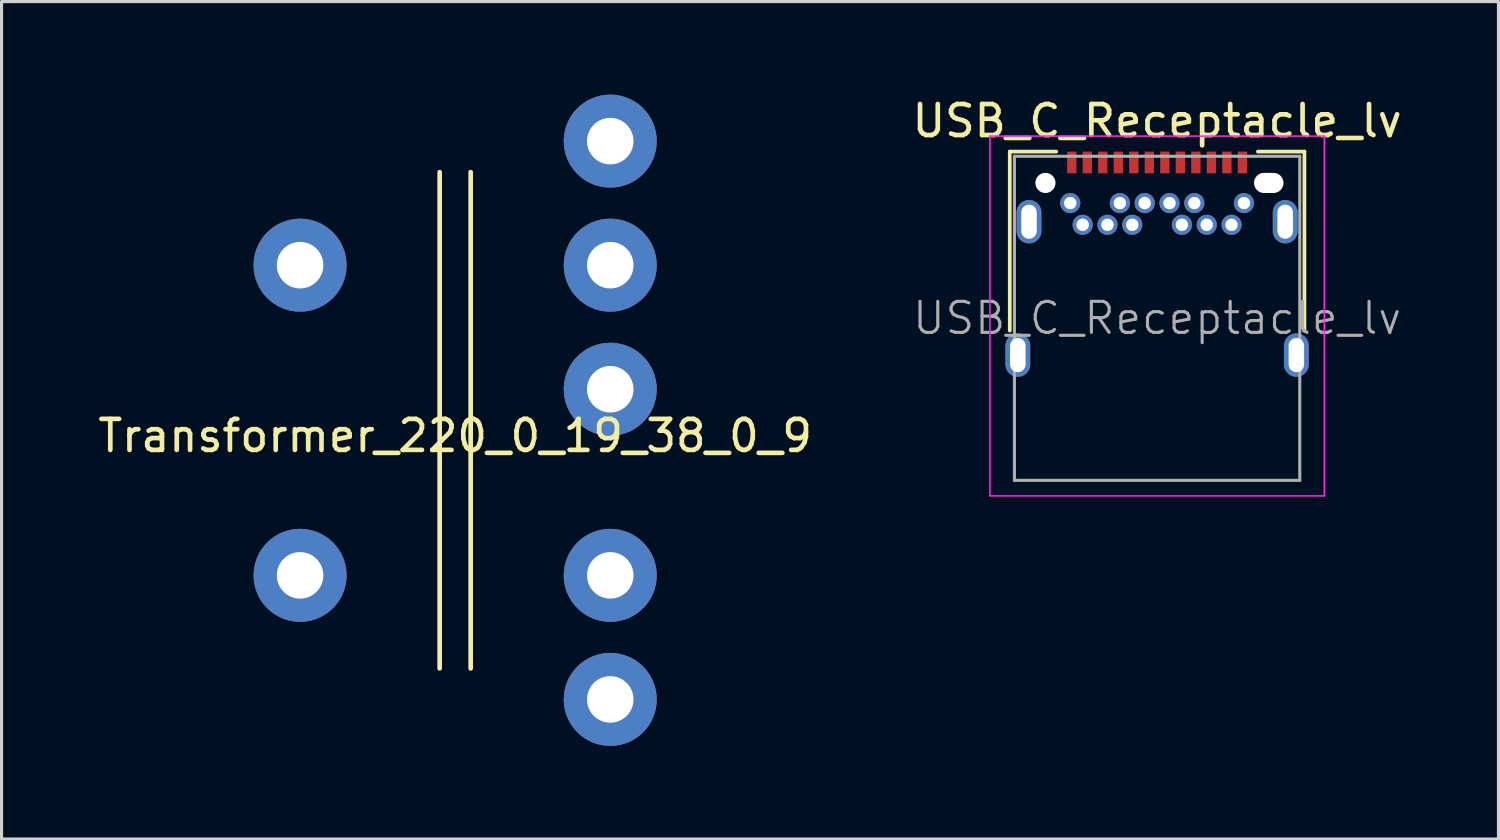
<source format=kicad_pcb>
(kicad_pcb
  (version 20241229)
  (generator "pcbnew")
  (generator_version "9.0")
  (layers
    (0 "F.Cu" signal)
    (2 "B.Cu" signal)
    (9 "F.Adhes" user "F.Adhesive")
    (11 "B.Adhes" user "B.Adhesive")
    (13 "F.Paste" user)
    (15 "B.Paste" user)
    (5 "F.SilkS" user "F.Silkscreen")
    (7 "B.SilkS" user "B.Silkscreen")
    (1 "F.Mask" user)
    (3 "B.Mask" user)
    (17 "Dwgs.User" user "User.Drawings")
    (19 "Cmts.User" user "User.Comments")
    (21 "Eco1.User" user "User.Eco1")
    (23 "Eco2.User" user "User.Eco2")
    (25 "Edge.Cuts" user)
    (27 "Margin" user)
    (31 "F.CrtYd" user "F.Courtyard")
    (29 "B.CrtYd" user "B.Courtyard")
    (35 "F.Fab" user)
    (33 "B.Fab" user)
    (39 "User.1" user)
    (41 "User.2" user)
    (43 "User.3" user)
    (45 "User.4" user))
  (footprint "USB_C_Receptacle_lv"
    (layer "F.Cu")
    (at 34.256 7.208)
    (property "Reference" "USB_C_Receptacle_lv" (at 0 -6.36 0) (layer "F.SilkS") (effects (font (size 1 1) (thickness 0.15))))
    (attr smd)
    (fp_line (start -4.75 -5.37) (end -4.75 0.4) (stroke (width 0.12) (type solid)) (layer "F.SilkS"))
    (fp_line (start -4.75 -5.37) (end -3.25 -5.37) (stroke (width 0.12) (type solid)) (layer "F.SilkS"))
    (fp_line (start 3.25 -5.37) (end 4.75 -5.37) (stroke (width 0.12) (type solid)) (layer "F.SilkS"))
    (fp_line (start 4.75 -5.37) (end 4.75 0.4) (stroke (width 0.12) (type solid)) (layer "F.SilkS"))
    (fp_line (start -5.39 -5.87) (end 5.39 -5.87) (stroke (width 0.05) (type solid)) (layer "F.CrtYd"))
    (fp_line (start -5.39 5.73) (end -5.39 -5.87) (stroke (width 0.05) (type solid)) (layer "F.CrtYd"))
    (fp_line (start 5.39 -5.87) (end 5.39 5.73) (stroke (width 0.05) (type solid)) (layer "F.CrtYd"))
    (fp_line (start 5.39 5.73) (end -5.39 5.73) (stroke (width 0.05) (type solid)) (layer "F.CrtYd"))
    (fp_line (start -4.6 -5.22) (end 4.6 -5.22) (stroke (width 0.1) (type solid)) (layer "F.Fab"))
    (fp_line (start -4.6 5.23) (end -4.6 -5.22) (stroke (width 0.1) (type solid)) (layer "F.Fab"))
    (fp_line (start -4.6 5.23) (end 4.6 5.23) (stroke (width 0.1) (type solid)) (layer "F.Fab"))
    (fp_line (start 4.6 5.23) (end 4.6 -5.22) (stroke (width 0.1) (type solid)) (layer "F.Fab"))
    (fp_text user "${REFERENCE}" (at 0 0 0) (layer "F.Fab") (effects (font (size 1 1) (thickness 0.1))))
    (pad "" np_thru_hole circle (at -3.6 -4.36) (size 0.65 0.65) (drill 0.65) (layers "*.Cu" "*.Mask"))
    (pad "" np_thru_hole oval (at 3.6 -4.36) (size 0.95 0.65) (drill oval 0.95 0.65) (layers "*.Cu" "*.Mask"))
    (pad "A1" smd rect (at -2.75 -5.02) (size 0.3 0.7) (layers "F.Cu" "F.Mask" "F.Paste"))
    (pad "A2" smd rect (at -2.25 -5.02) (size 0.3 0.7) (layers "F.Cu" "F.Mask" "F.Paste"))
    (pad "A3" smd rect (at -1.75 -5.02) (size 0.3 0.7) (layers "F.Cu" "F.Mask" "F.Paste"))
    (pad "A4" smd rect (at -1.25 -5.02) (size 0.3 0.7) (layers "F.Cu" "F.Mask" "F.Paste"))
    (pad "A5" smd rect (at -0.75 -5.02) (size 0.3 0.7) (layers "F.Cu" "F.Mask" "F.Paste"))
    (pad "A6" smd rect (at -0.25 -5.02) (size 0.3 0.7) (layers "F.Cu" "F.Mask" "F.Paste"))
    (pad "A7" smd rect (at 0.25 -5.02) (size 0.3 0.7) (layers "F.Cu" "F.Mask" "F.Paste"))
    (pad "A8" smd rect (at 0.75 -5.02) (size 0.3 0.7) (layers "F.Cu" "F.Mask" "F.Paste"))
    (pad "A9" smd rect (at 1.25 -5.02) (size 0.3 0.7) (layers "F.Cu" "F.Mask" "F.Paste"))
    (pad "A10" smd rect (at 1.75 -5.02) (size 0.3 0.7) (layers "F.Cu" "F.Mask" "F.Paste"))
    (pad "A11" smd rect (at 2.25 -5.02) (size 0.3 0.7) (layers "F.Cu" "F.Mask" "F.Paste"))
    (pad "A12" smd rect (at 2.75 -5.02) (size 0.3 0.7) (layers "F.Cu" "F.Mask" "F.Paste"))
    (pad "B1" thru_hole circle (at 2.8 -3.71) (size 0.65 0.65) (drill 0.4) (layers "*.Cu" "*.Mask"))
    (pad "B2" thru_hole circle (at 2.4 -3.01) (size 0.65 0.65) (drill 0.4) (layers "*.Cu" "*.Mask"))
    (pad "B3" thru_hole circle (at 1.6 -3.01) (size 0.65 0.65) (drill 0.4) (layers "*.Cu" "*.Mask"))
    (pad "B4" thru_hole circle (at 1.2 -3.71) (size 0.65 0.65) (drill 0.4) (layers "*.Cu" "*.Mask"))
    (pad "B5" thru_hole circle (at 0.8 -3.01) (size 0.65 0.65) (drill 0.4) (layers "*.Cu" "*.Mask"))
    (pad "B6" thru_hole circle (at 0.4 -3.71) (size 0.65 0.65) (drill 0.4) (layers "*.Cu" "*.Mask"))
    (pad "B7" thru_hole circle (at -0.4 -3.71) (size 0.65 0.65) (drill 0.4) (layers "*.Cu" "*.Mask"))
    (pad "B8" thru_hole circle (at -0.8 -3.01) (size 0.65 0.65) (drill 0.4) (layers "*.Cu" "*.Mask"))
    (pad "B9" thru_hole circle (at -1.2 -3.71) (size 0.65 0.65) (drill 0.4) (layers "*.Cu" "*.Mask"))
    (pad "B10" thru_hole circle (at -1.6 -3.01) (size 0.65 0.65) (drill 0.4) (layers "*.Cu" "*.Mask"))
    (pad "B11" thru_hole circle (at -2.4 -3.01) (size 0.65 0.65) (drill 0.4) (layers "*.Cu" "*.Mask"))
    (pad "B12" thru_hole circle (at -2.8 -3.71) (size 0.65 0.65) (drill 0.4) (layers "*.Cu" "*.Mask"))
    (pad "S1" thru_hole oval (at -4.49 1.19) (size 0.8 1.4) (drill oval 0.5 1.1) (layers "*.Cu" "*.Mask"))
    (pad "S1" thru_hole oval (at -4.13 -3.11) (size 0.8 1.4) (drill oval 0.5 1.1) (layers "*.Cu" "*.Mask"))
    (pad "S1" thru_hole oval (at 4.13 -3.11) (size 0.8 1.4) (drill oval 0.5 1.1) (layers "*.Cu" "*.Mask"))
    (pad "S1" thru_hole oval (at 4.49 1.19) (size 0.8 1.4) (drill oval 0.5 1.1) (layers "*.Cu" "*.Mask")))
  (footprint "Transformer_220_0_19_38_0_9"
    (layer "F.Cu")
    (at 11.625 10.5)
    (property "Reference" "Transformer_220_0_19_38_0_9" (at 0 0.5 0) (layer "F.SilkS") (effects (font (size 1 1) (thickness 0.15))))
    (attr through_hole)
    (fp_line (start -0.5 -8) (end -0.5 8) (stroke (width 0.15) (type solid)) (layer "F.SilkS"))
    (fp_line (start 0.5 -8) (end 0.5 8) (stroke (width 0.15) (type solid)) (layer "F.SilkS"))
    (pad "1" thru_hole circle (at -5 -5) (size 3 3) (drill 1.5) (layers "*.Cu" "*.Mask"))
    (pad "2" thru_hole circle (at -5 5) (size 3 3) (drill 1.5) (layers "*.Cu" "*.Mask"))
    (pad "3" thru_hole circle (at 5 -1) (size 3 3) (drill 1.5) (layers "*.Cu" "*.Mask"))
    (pad "4" thru_hole circle (at 5 -5) (size 3 3) (drill 1.5) (layers "*.Cu" "*.Mask"))
    (pad "5" thru_hole circle (at 5 -9) (size 3 3) (drill 1.5) (layers "*.Cu" "*.Mask"))
    (pad "6" thru_hole circle (at 5 9) (size 3 3) (drill 1.5) (layers "*.Cu" "*.Mask"))
    (pad "7" thru_hole circle (at 5 5) (size 3 3) (drill 1.5) (layers "*.Cu" "*.Mask")))
  (gr_rect
    (start -3 -3)
    (end 45.262 24)
    (stroke (width 0.1) (type default))
    (fill no)
    (layer "Edge.Cuts")))
</source>
